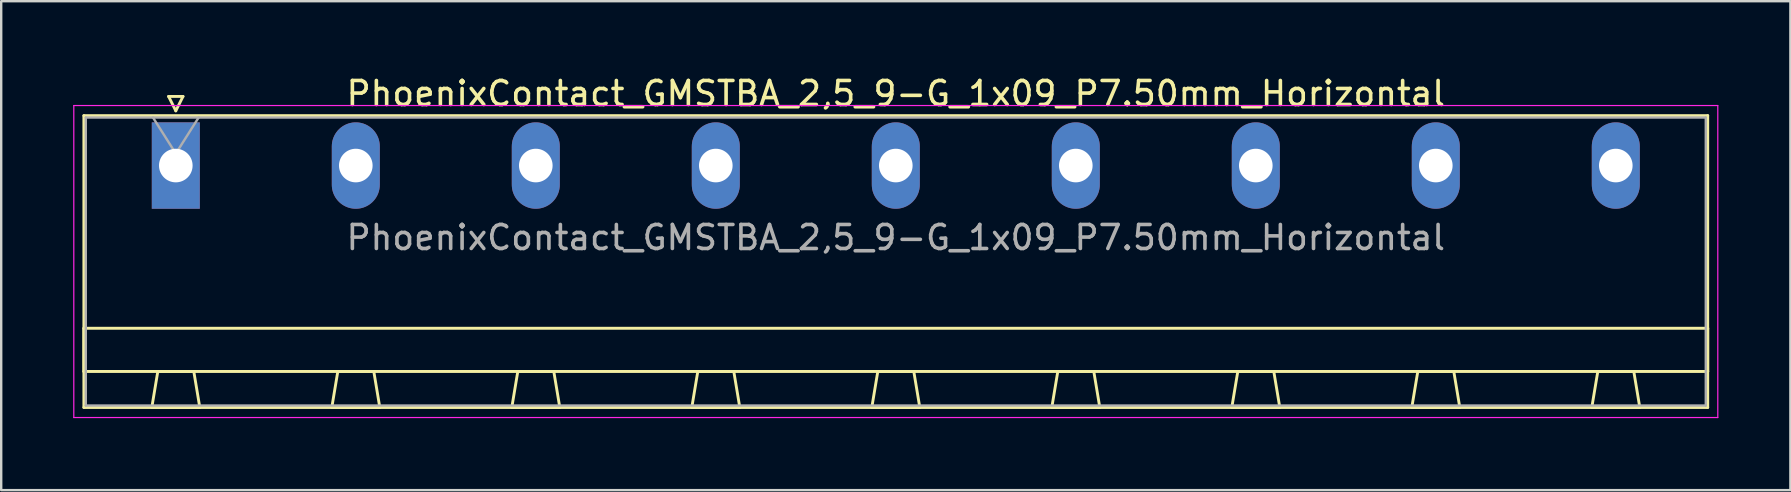
<source format=kicad_pcb>
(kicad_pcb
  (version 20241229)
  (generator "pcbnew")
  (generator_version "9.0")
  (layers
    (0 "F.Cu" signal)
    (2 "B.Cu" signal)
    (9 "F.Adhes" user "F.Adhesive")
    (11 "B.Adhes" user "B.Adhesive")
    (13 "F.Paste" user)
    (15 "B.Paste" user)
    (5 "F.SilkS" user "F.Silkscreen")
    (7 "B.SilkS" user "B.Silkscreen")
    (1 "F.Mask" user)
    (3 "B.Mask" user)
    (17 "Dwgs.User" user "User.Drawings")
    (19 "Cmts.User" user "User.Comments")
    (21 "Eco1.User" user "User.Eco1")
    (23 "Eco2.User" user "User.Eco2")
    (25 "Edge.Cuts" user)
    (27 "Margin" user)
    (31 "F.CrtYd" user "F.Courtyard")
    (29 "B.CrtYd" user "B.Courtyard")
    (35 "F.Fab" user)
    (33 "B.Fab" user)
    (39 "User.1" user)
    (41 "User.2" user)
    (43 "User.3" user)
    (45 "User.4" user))
  (footprint "PhoenixContact_GMSTBA_2,5_9-G_1x09_P7.50mm_Horizontal"
    (layer "F.Cu")
    (at 4.275 3.848)
    (property "Reference" "PhoenixContact_GMSTBA_2,5_9-G_1x09_P7.50mm_Horizontal" (at 30 -3 0) (layer "F.SilkS") (effects (font (size 1 1) (thickness 0.15))))
    (attr through_hole)
    (fp_line (start -3.83 -2.08) (end -3.83 10.08) (stroke (width 0.12) (type solid)) (layer "F.SilkS"))
    (fp_line (start -3.83 6.78) (end 63.83 6.78) (stroke (width 0.12) (type solid)) (layer "F.SilkS"))
    (fp_line (start -3.83 8.58) (end -3.83 6.78) (stroke (width 0.12) (type solid)) (layer "F.SilkS"))
    (fp_line (start -3.83 10.08) (end 63.83 10.08) (stroke (width 0.12) (type solid)) (layer "F.SilkS"))
    (fp_line (start -1 10.08) (end 1 10.08) (stroke (width 0.12) (type solid)) (layer "F.SilkS"))
    (fp_line (start -0.75 8.58) (end -1 10.08) (stroke (width 0.12) (type solid)) (layer "F.SilkS"))
    (fp_line (start -0.3 -2.88) (end 0.3 -2.88) (stroke (width 0.12) (type solid)) (layer "F.SilkS"))
    (fp_line (start 0 -2.28) (end -0.3 -2.88) (stroke (width 0.12) (type solid)) (layer "F.SilkS"))
    (fp_line (start 0.3 -2.88) (end 0 -2.28) (stroke (width 0.12) (type solid)) (layer "F.SilkS"))
    (fp_line (start 0.75 8.58) (end -0.75 8.58) (stroke (width 0.12) (type solid)) (layer "F.SilkS"))
    (fp_line (start 1 10.08) (end 0.75 8.58) (stroke (width 0.12) (type solid)) (layer "F.SilkS"))
    (fp_line (start 6.5 10.08) (end 8.5 10.08) (stroke (width 0.12) (type solid)) (layer "F.SilkS"))
    (fp_line (start 6.75 8.58) (end 6.5 10.08) (stroke (width 0.12) (type solid)) (layer "F.SilkS"))
    (fp_line (start 8.25 8.58) (end 6.75 8.58) (stroke (width 0.12) (type solid)) (layer "F.SilkS"))
    (fp_line (start 8.5 10.08) (end 8.25 8.58) (stroke (width 0.12) (type solid)) (layer "F.SilkS"))
    (fp_line (start 14 10.08) (end 16 10.08) (stroke (width 0.12) (type solid)) (layer "F.SilkS"))
    (fp_line (start 14.25 8.58) (end 14 10.08) (stroke (width 0.12) (type solid)) (layer "F.SilkS"))
    (fp_line (start 15.75 8.58) (end 14.25 8.58) (stroke (width 0.12) (type solid)) (layer "F.SilkS"))
    (fp_line (start 16 10.08) (end 15.75 8.58) (stroke (width 0.12) (type solid)) (layer "F.SilkS"))
    (fp_line (start 21.5 10.08) (end 23.5 10.08) (stroke (width 0.12) (type solid)) (layer "F.SilkS"))
    (fp_line (start 21.75 8.58) (end 21.5 10.08) (stroke (width 0.12) (type solid)) (layer "F.SilkS"))
    (fp_line (start 23.25 8.58) (end 21.75 8.58) (stroke (width 0.12) (type solid)) (layer "F.SilkS"))
    (fp_line (start 23.5 10.08) (end 23.25 8.58) (stroke (width 0.12) (type solid)) (layer "F.SilkS"))
    (fp_line (start 29 10.08) (end 31 10.08) (stroke (width 0.12) (type solid)) (layer "F.SilkS"))
    (fp_line (start 29.25 8.58) (end 29 10.08) (stroke (width 0.12) (type solid)) (layer "F.SilkS"))
    (fp_line (start 30.75 8.58) (end 29.25 8.58) (stroke (width 0.12) (type solid)) (layer "F.SilkS"))
    (fp_line (start 31 10.08) (end 30.75 8.58) (stroke (width 0.12) (type solid)) (layer "F.SilkS"))
    (fp_line (start 36.5 10.08) (end 38.5 10.08) (stroke (width 0.12) (type solid)) (layer "F.SilkS"))
    (fp_line (start 36.75 8.58) (end 36.5 10.08) (stroke (width 0.12) (type solid)) (layer "F.SilkS"))
    (fp_line (start 38.25 8.58) (end 36.75 8.58) (stroke (width 0.12) (type solid)) (layer "F.SilkS"))
    (fp_line (start 38.5 10.08) (end 38.25 8.58) (stroke (width 0.12) (type solid)) (layer "F.SilkS"))
    (fp_line (start 44 10.08) (end 46 10.08) (stroke (width 0.12) (type solid)) (layer "F.SilkS"))
    (fp_line (start 44.25 8.58) (end 44 10.08) (stroke (width 0.12) (type solid)) (layer "F.SilkS"))
    (fp_line (start 45.75 8.58) (end 44.25 8.58) (stroke (width 0.12) (type solid)) (layer "F.SilkS"))
    (fp_line (start 46 10.08) (end 45.75 8.58) (stroke (width 0.12) (type solid)) (layer "F.SilkS"))
    (fp_line (start 51.5 10.08) (end 53.5 10.08) (stroke (width 0.12) (type solid)) (layer "F.SilkS"))
    (fp_line (start 51.75 8.58) (end 51.5 10.08) (stroke (width 0.12) (type solid)) (layer "F.SilkS"))
    (fp_line (start 53.25 8.58) (end 51.75 8.58) (stroke (width 0.12) (type solid)) (layer "F.SilkS"))
    (fp_line (start 53.5 10.08) (end 53.25 8.58) (stroke (width 0.12) (type solid)) (layer "F.SilkS"))
    (fp_line (start 59 10.08) (end 61 10.08) (stroke (width 0.12) (type solid)) (layer "F.SilkS"))
    (fp_line (start 59.25 8.58) (end 59 10.08) (stroke (width 0.12) (type solid)) (layer "F.SilkS"))
    (fp_line (start 60.75 8.58) (end 59.25 8.58) (stroke (width 0.12) (type solid)) (layer "F.SilkS"))
    (fp_line (start 61 10.08) (end 60.75 8.58) (stroke (width 0.12) (type solid)) (layer "F.SilkS"))
    (fp_line (start 63.83 -2.08) (end -3.83 -2.08) (stroke (width 0.12) (type solid)) (layer "F.SilkS"))
    (fp_line (start 63.83 6.78) (end 63.83 8.58) (stroke (width 0.12) (type solid)) (layer "F.SilkS"))
    (fp_line (start 63.83 8.58) (end -3.83 8.58) (stroke (width 0.12) (type solid)) (layer "F.SilkS"))
    (fp_line (start 63.83 10.08) (end 63.83 -2.08) (stroke (width 0.12) (type solid)) (layer "F.SilkS"))
    (fp_line (start -4.25 -2.5) (end -4.25 10.5) (stroke (width 0.05) (type solid)) (layer "F.CrtYd"))
    (fp_line (start -4.25 10.5) (end 64.25 10.5) (stroke (width 0.05) (type solid)) (layer "F.CrtYd"))
    (fp_line (start 64.25 -2.5) (end -4.25 -2.5) (stroke (width 0.05) (type solid)) (layer "F.CrtYd"))
    (fp_line (start 64.25 10.5) (end 64.25 -2.5) (stroke (width 0.05) (type solid)) (layer "F.CrtYd"))
    (fp_line (start -3.75 -2) (end -3.75 10) (stroke (width 0.1) (type solid)) (layer "F.Fab"))
    (fp_line (start -3.75 10) (end 63.75 10) (stroke (width 0.1) (type solid)) (layer "F.Fab"))
    (fp_line (start 0 -0.5) (end -0.95 -2) (stroke (width 0.1) (type solid)) (layer "F.Fab"))
    (fp_line (start 0.95 -2) (end 0 -0.5) (stroke (width 0.1) (type solid)) (layer "F.Fab"))
    (fp_line (start 63.75 -2) (end -3.75 -2) (stroke (width 0.1) (type solid)) (layer "F.Fab"))
    (fp_line (start 63.75 10) (end 63.75 -2) (stroke (width 0.1) (type solid)) (layer "F.Fab"))
    (fp_text user "${REFERENCE}" (at 30 3 0) (layer "F.Fab") (effects (font (size 1 1) (thickness 0.15))))
    (pad "1" thru_hole rect (at 0 0) (size 2 3.6) (drill 1.4) (layers "*.Cu" "*.Mask"))
    (pad "2" thru_hole oval (at 7.5 0) (size 2 3.6) (drill 1.4) (layers "*.Cu" "*.Mask"))
    (pad "3" thru_hole oval (at 15 0) (size 2 3.6) (drill 1.4) (layers "*.Cu" "*.Mask"))
    (pad "4" thru_hole oval (at 22.5 0) (size 2 3.6) (drill 1.4) (layers "*.Cu" "*.Mask"))
    (pad "5" thru_hole oval (at 30 0) (size 2 3.6) (drill 1.4) (layers "*.Cu" "*.Mask"))
    (pad "6" thru_hole oval (at 37.5 0) (size 2 3.6) (drill 1.4) (layers "*.Cu" "*.Mask"))
    (pad "7" thru_hole oval (at 45 0) (size 2 3.6) (drill 1.4) (layers "*.Cu" "*.Mask"))
    (pad "8" thru_hole oval (at 52.5 0) (size 2 3.6) (drill 1.4) (layers "*.Cu" "*.Mask"))
    (pad "9" thru_hole oval (at 60 0) (size 2 3.6) (drill 1.4) (layers "*.Cu" "*.Mask")))
  (gr_rect
    (start -3 -3)
    (end 71.55 17.373)
    (stroke (width 0.1) (type default))
    (fill no)
    (layer "Edge.Cuts")))
</source>
